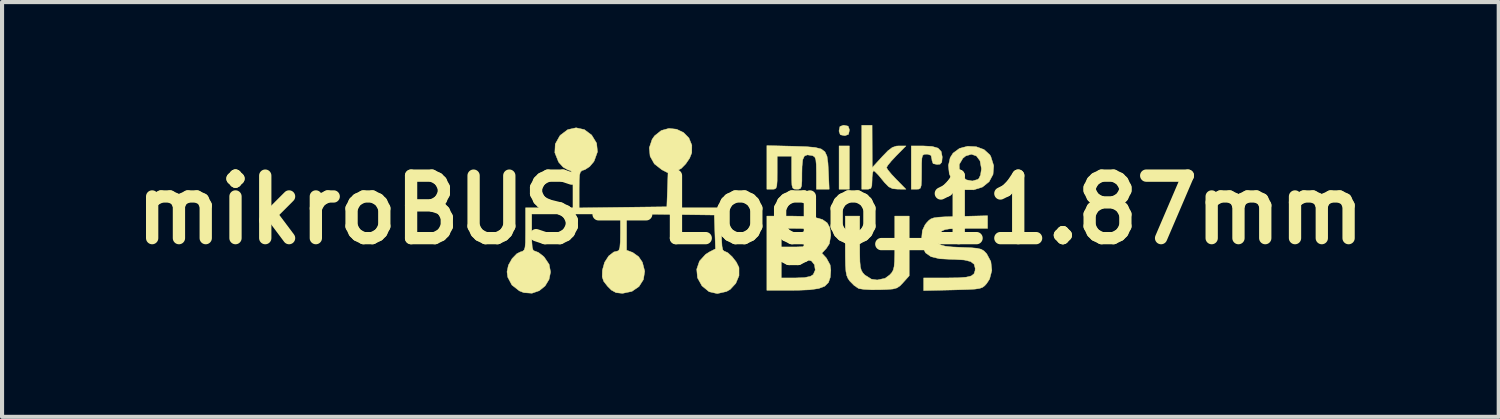
<source format=kicad_pcb>
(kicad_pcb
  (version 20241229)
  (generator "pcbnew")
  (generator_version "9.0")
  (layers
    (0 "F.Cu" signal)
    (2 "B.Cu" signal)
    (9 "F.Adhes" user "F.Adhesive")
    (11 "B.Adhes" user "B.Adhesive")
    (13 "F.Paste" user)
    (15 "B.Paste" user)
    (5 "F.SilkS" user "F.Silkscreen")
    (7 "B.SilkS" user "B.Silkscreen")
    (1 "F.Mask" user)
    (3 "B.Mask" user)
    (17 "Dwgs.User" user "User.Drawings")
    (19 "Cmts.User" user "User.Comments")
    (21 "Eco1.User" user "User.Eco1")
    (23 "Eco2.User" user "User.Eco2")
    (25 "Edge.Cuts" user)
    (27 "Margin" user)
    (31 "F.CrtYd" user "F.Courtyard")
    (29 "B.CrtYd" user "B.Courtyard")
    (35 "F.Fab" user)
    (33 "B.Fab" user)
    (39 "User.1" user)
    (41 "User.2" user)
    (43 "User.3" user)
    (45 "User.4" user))
  (footprint "mikroBUS-Logo_11.87mm"
    (layer "F.Cu")
    (at 15.247 2.067)
    (property "Reference" "mikroBUS-Logo_11.87mm" (at 0 0 0) (layer "F.SilkS") (effects (font (size 1.524 1.524) (thickness 0.3))))
    (attr through_hole)
    (fp_poly (pts (xy 2.414 -0.503) (xy 2.163 -0.503) (xy 2.163 -1.559) (xy 2.414 -1.559) (xy 2.414 -0.503)) (stroke (width 0.01) (type solid)) (fill yes) (layer "F.SilkS"))
    (fp_poly (pts (xy 2.384 -2.041) (xy 2.414 -1.96) (xy 2.414 -1.936) (xy 2.393 -1.841) (xy 2.312 -1.811) (xy 2.289 -1.811) (xy 2.193 -1.831) (xy 2.163 -1.913) (xy 2.163 -1.936) (xy 2.184 -2.032) (xy 2.265 -2.062) (xy 2.289 -2.062) (xy 2.384 -2.041)) (stroke (width 0.01) (type solid)) (fill yes) (layer "F.SilkS"))
    (fp_poly (pts (xy 4.431 -1.547) (xy 4.576 -1.505) (xy 4.653 -1.423) (xy 4.678 -1.294) (xy 4.678 -1.281) (xy 4.668 -1.163) (xy 4.625 -1.114) (xy 4.552 -1.107) (xy 4.456 -1.127) (xy 4.427 -1.209) (xy 4.426 -1.232) (xy 4.405 -1.328) (xy 4.324 -1.357) (xy 4.3 -1.358) (xy 4.24 -1.354) (xy 4.202 -1.329) (xy 4.183 -1.263) (xy 4.176 -1.136) (xy 4.175 -0.93) (xy 4.173 -0.723) (xy 4.166 -0.597) (xy 4.147 -0.532) (xy 4.109 -0.507) (xy 4.049 -0.503) (xy 3.923 -0.503) (xy 3.923 -1.559) (xy 4.203 -1.559) (xy 4.431 -1.547)) (stroke (width 0.01) (type solid)) (fill yes) (layer "F.SilkS"))
    (fp_poly (pts (xy 2.97 -1.547) (xy 2.972 -1.031) (xy 3.213 -1.295) (xy 3.353 -1.44) (xy 3.46 -1.521) (xy 3.558 -1.555) (xy 3.623 -1.559) (xy 3.794 -1.559) (xy 3.557 -1.319) (xy 3.436 -1.19) (xy 3.351 -1.086) (xy 3.32 -1.031) (xy 3.353 -0.974) (xy 3.439 -0.869) (xy 3.557 -0.744) (xy 3.794 -0.503) (xy 3.594 -0.505) (xy 3.47 -0.516) (xy 3.375 -0.561) (xy 3.277 -0.66) (xy 3.219 -0.731) (xy 3.117 -0.854) (xy 3.037 -0.935) (xy 3.005 -0.956) (xy 2.983 -0.911) (xy 2.969 -0.797) (xy 2.968 -0.729) (xy 2.962 -0.59) (xy 2.937 -0.523) (xy 2.876 -0.504) (xy 2.842 -0.503) (xy 2.716 -0.503) (xy 2.716 -2.062) (xy 2.968 -2.062) (xy 2.97 -1.547)) (stroke (width 0.01) (type solid)) (fill yes) (layer "F.SilkS"))
    (fp_poly (pts (xy 5.506 -1.54) (xy 5.696 -1.471) (xy 5.837 -1.344) (xy 5.862 -1.303) (xy 5.934 -1.075) (xy 5.917 -0.864) (xy 5.822 -0.687) (xy 5.661 -0.557) (xy 5.445 -0.488) (xy 5.22 -0.49) (xy 5.054 -0.559) (xy 4.928 -0.698) (xy 4.85 -0.881) (xy 4.829 -1.081) (xy 4.835 -1.107) (xy 5.093 -1.107) (xy 5.099 -0.936) (xy 5.158 -0.816) (xy 5.269 -0.731) (xy 5.412 -0.704) (xy 5.544 -0.741) (xy 5.573 -0.765) (xy 5.613 -0.852) (xy 5.633 -0.989) (xy 5.633 -1.012) (xy 5.6 -1.195) (xy 5.513 -1.313) (xy 5.391 -1.356) (xy 5.252 -1.315) (xy 5.181 -1.257) (xy 5.093 -1.107) (xy 4.835 -1.107) (xy 4.872 -1.272) (xy 4.942 -1.383) (xy 5.1 -1.499) (xy 5.298 -1.551) (xy 5.506 -1.54)) (stroke (width 0.01) (type solid)) (fill yes) (layer "F.SilkS"))
    (fp_poly (pts (xy 1.055 -1.551) (xy 1.359 -1.541) (xy 1.578 -1.522) (xy 1.727 -1.484) (xy 1.818 -1.416) (xy 1.869 -1.306) (xy 1.892 -1.144) (xy 1.904 -0.929) (xy 1.922 -0.503) (xy 1.61 -0.503) (xy 1.61 -0.899) (xy 1.607 -1.1) (xy 1.596 -1.221) (xy 1.571 -1.286) (xy 1.527 -1.317) (xy 1.504 -1.324) (xy 1.39 -1.341) (xy 1.318 -1.313) (xy 1.277 -1.223) (xy 1.26 -1.058) (xy 1.257 -0.9) (xy 1.256 -0.702) (xy 1.248 -0.584) (xy 1.225 -0.525) (xy 1.183 -0.505) (xy 1.132 -0.503) (xy 1.069 -0.507) (xy 1.032 -0.534) (xy 1.013 -0.603) (xy 1.007 -0.736) (xy 1.006 -0.905) (xy 1.006 -1.308) (xy 0.654 -1.308) (xy 0.654 -0.905) (xy 0.653 -0.706) (xy 0.644 -0.586) (xy 0.623 -0.526) (xy 0.581 -0.505) (xy 0.528 -0.503) (xy 0.402 -0.503) (xy 0.402 -1.567) (xy 1.055 -1.551)) (stroke (width 0.01) (type solid)) (fill yes) (layer "F.SilkS"))
    (fp_poly (pts (xy 2.666 0.807) (xy 2.667 1.076) (xy 2.671 1.264) (xy 2.683 1.39) (xy 2.705 1.473) (xy 2.74 1.533) (xy 2.789 1.587) (xy 2.952 1.69) (xy 3.093 1.71) (xy 3.285 1.669) (xy 3.397 1.587) (xy 3.448 1.531) (xy 3.482 1.471) (xy 3.504 1.387) (xy 3.515 1.26) (xy 3.52 1.07) (xy 3.521 0.807) (xy 3.521 0.151) (xy 3.873 0.151) (xy 3.873 1.608) (xy 3.726 1.772) (xy 3.649 1.853) (xy 3.575 1.903) (xy 3.477 1.93) (xy 3.329 1.942) (xy 3.16 1.948) (xy 2.952 1.949) (xy 2.772 1.939) (xy 2.652 1.921) (xy 2.635 1.915) (xy 2.529 1.843) (xy 2.423 1.735) (xy 2.421 1.733) (xy 2.379 1.671) (xy 2.349 1.599) (xy 2.33 1.5) (xy 2.319 1.355) (xy 2.315 1.144) (xy 2.314 0.873) (xy 2.314 0.151) (xy 2.666 0.151) (xy 2.666 0.807)) (stroke (width 0.01) (type solid)) (fill yes) (layer "F.SilkS"))
    (fp_poly (pts (xy 1.322 0.158) (xy 1.578 0.185) (xy 1.758 0.236) (xy 1.874 0.318) (xy 1.937 0.435) (xy 1.959 0.594) (xy 1.96 0.625) (xy 1.926 0.826) (xy 1.852 0.94) (xy 1.743 1.056) (xy 1.852 1.173) (xy 1.945 1.342) (xy 1.962 1.47) (xy 1.949 1.643) (xy 1.905 1.771) (xy 1.815 1.861) (xy 1.667 1.918) (xy 1.449 1.949) (xy 1.148 1.961) (xy 1.008 1.962) (xy 0.402 1.962) (xy 0.402 1.66) (xy 0.754 1.66) (xy 1.103 1.66) (xy 1.322 1.651) (xy 1.461 1.622) (xy 1.532 1.579) (xy 1.582 1.467) (xy 1.563 1.338) (xy 1.49 1.246) (xy 1.413 1.227) (xy 1.269 1.213) (xy 1.094 1.208) (xy 0.754 1.207) (xy 0.754 1.66) (xy 0.402 1.66) (xy 0.402 0.453) (xy 0.754 0.453) (xy 0.754 0.905) (xy 1.094 0.905) (xy 1.274 0.899) (xy 1.416 0.885) (xy 1.487 0.867) (xy 1.566 0.76) (xy 1.561 0.625) (xy 1.527 0.559) (xy 1.473 0.501) (xy 1.392 0.469) (xy 1.258 0.455) (xy 1.104 0.453) (xy 0.754 0.453) (xy 0.402 0.453) (xy 0.402 0.151) (xy 0.978 0.151) (xy 1.322 0.158)) (stroke (width 0.01) (type solid)) (fill yes) (layer "F.SilkS"))
    (fp_poly (pts (xy 5.784 0.453) (xy 5.256 0.453) (xy 5.013 0.455) (xy 4.848 0.464) (xy 4.742 0.483) (xy 4.671 0.516) (xy 4.627 0.553) (xy 4.545 0.653) (xy 4.538 0.732) (xy 4.59 0.817) (xy 4.645 0.857) (xy 4.749 0.885) (xy 4.919 0.904) (xy 5.147 0.914) (xy 5.376 0.923) (xy 5.528 0.937) (xy 5.626 0.96) (xy 5.694 1) (xy 5.755 1.062) (xy 5.763 1.072) (xy 5.864 1.26) (xy 5.888 1.477) (xy 5.833 1.687) (xy 5.763 1.795) (xy 5.713 1.851) (xy 5.661 1.89) (xy 5.589 1.916) (xy 5.48 1.932) (xy 5.315 1.942) (xy 5.077 1.949) (xy 4.934 1.953) (xy 4.225 1.969) (xy 4.225 1.66) (xy 4.793 1.66) (xy 5.071 1.656) (xy 5.264 1.641) (xy 5.386 1.611) (xy 5.453 1.559) (xy 5.479 1.481) (xy 5.482 1.425) (xy 5.456 1.326) (xy 5.37 1.26) (xy 5.211 1.222) (xy 4.967 1.208) (xy 4.904 1.207) (xy 4.612 1.192) (xy 4.405 1.142) (xy 4.271 1.048) (xy 4.199 0.902) (xy 4.176 0.696) (xy 4.176 0.694) (xy 4.194 0.505) (xy 4.26 0.363) (xy 4.296 0.317) (xy 4.348 0.261) (xy 4.401 0.221) (xy 4.474 0.195) (xy 4.586 0.179) (xy 4.755 0.169) (xy 5.001 0.162) (xy 5.101 0.16) (xy 5.784 0.143) (xy 5.784 0.453)) (stroke (width 0.01) (type solid)) (fill yes) (layer "F.SilkS"))
    (fp_poly (pts (xy -4.048 -1.957) (xy -3.869 -1.823) (xy -3.869 -1.822) (xy -3.749 -1.625) (xy -3.728 -1.415) (xy -3.808 -1.193) (xy -3.821 -1.171) (xy -3.92 -1.054) (xy -4.033 -0.981) (xy -4.047 -0.977) (xy -4.108 -0.957) (xy -4.145 -0.921) (xy -4.165 -0.848) (xy -4.173 -0.717) (xy -4.175 -0.507) (xy -4.175 -0.048) (xy -3.106 -0.062) (xy -2.037 -0.075) (xy -2.022 -0.488) (xy -2.008 -0.901) (xy -2.158 -0.978) (xy -2.341 -1.121) (xy -2.445 -1.307) (xy -2.465 -1.513) (xy -2.396 -1.719) (xy -2.336 -1.805) (xy -2.172 -1.935) (xy -1.986 -1.986) (xy -1.799 -1.966) (xy -1.629 -1.885) (xy -1.499 -1.753) (xy -1.427 -1.577) (xy -1.429 -1.391) (xy -1.482 -1.258) (xy -1.575 -1.122) (xy -1.683 -1.011) (xy -1.781 -0.957) (xy -1.795 -0.956) (xy -1.828 -0.929) (xy -1.849 -0.838) (xy -1.859 -0.671) (xy -1.861 -0.503) (xy -1.861 -0.05) (xy -0.704 -0.05) (xy -0.704 0.478) (xy -0.701 0.727) (xy -0.691 0.889) (xy -0.671 0.977) (xy -0.641 1.006) (xy -0.638 1.006) (xy -0.55 1.046) (xy -0.443 1.145) (xy -0.344 1.272) (xy -0.281 1.398) (xy -0.277 1.414) (xy -0.277 1.605) (xy -0.355 1.792) (xy -0.493 1.941) (xy -0.582 1.991) (xy -0.807 2.042) (xy -1.007 1.996) (xy -1.181 1.853) (xy -1.29 1.656) (xy -1.308 1.447) (xy -1.241 1.25) (xy -1.092 1.086) (xy -1.001 1.028) (xy -0.851 0.951) (xy -0.866 0.538) (xy -0.88 0.126) (xy -1.949 0.112) (xy -3.018 0.099) (xy -3.018 0.984) (xy -2.868 1.04) (xy -2.725 1.142) (xy -2.633 1.277) (xy -2.576 1.496) (xy -2.608 1.7) (xy -2.716 1.87) (xy -2.888 1.988) (xy -3.112 2.035) (xy -3.126 2.035) (xy -3.276 2.019) (xy -3.39 1.956) (xy -3.481 1.865) (xy -3.576 1.744) (xy -3.613 1.635) (xy -3.609 1.486) (xy -3.607 1.466) (xy -3.555 1.28) (xy -3.455 1.125) (xy -3.329 1.027) (xy -3.241 1.006) (xy -3.206 0.986) (xy -3.183 0.916) (xy -3.172 0.778) (xy -3.169 0.557) (xy -3.169 0.101) (xy -5.331 0.101) (xy -5.331 0.553) (xy -5.329 0.772) (xy -5.319 0.909) (xy -5.298 0.98) (xy -5.264 1.005) (xy -5.252 1.006) (xy -5.168 1.039) (xy -5.058 1.123) (xy -5.026 1.153) (xy -4.907 1.329) (xy -4.872 1.516) (xy -4.909 1.697) (xy -5.005 1.855) (xy -5.148 1.972) (xy -5.325 2.033) (xy -5.523 2.019) (xy -5.633 1.976) (xy -5.815 1.833) (xy -5.917 1.641) (xy -5.934 1.509) (xy -5.9 1.349) (xy -5.811 1.19) (xy -5.694 1.069) (xy -5.61 1.027) (xy -5.553 1.009) (xy -5.516 0.977) (xy -5.495 0.912) (xy -5.485 0.795) (xy -5.483 0.606) (xy -5.482 0.472) (xy -5.482 -0.05) (xy -4.326 -0.05) (xy -4.326 -0.498) (xy -4.327 -0.711) (xy -4.334 -0.844) (xy -4.354 -0.919) (xy -4.391 -0.956) (xy -4.45 -0.976) (xy -4.453 -0.977) (xy -4.564 -1.04) (xy -4.668 -1.154) (xy -4.679 -1.171) (xy -4.768 -1.394) (xy -4.758 -1.605) (xy -4.648 -1.803) (xy -4.631 -1.822) (xy -4.453 -1.956) (xy -4.25 -2.001) (xy -4.048 -1.957)) (stroke (width 0.01) (type solid)) (fill yes) (layer "F.SilkS")))
  (gr_rect
    (start -3 -3)
    (end 33.495 7.114)
    (stroke (width 0.1) (type default))
    (fill no)
    (layer "Edge.Cuts")))
</source>
